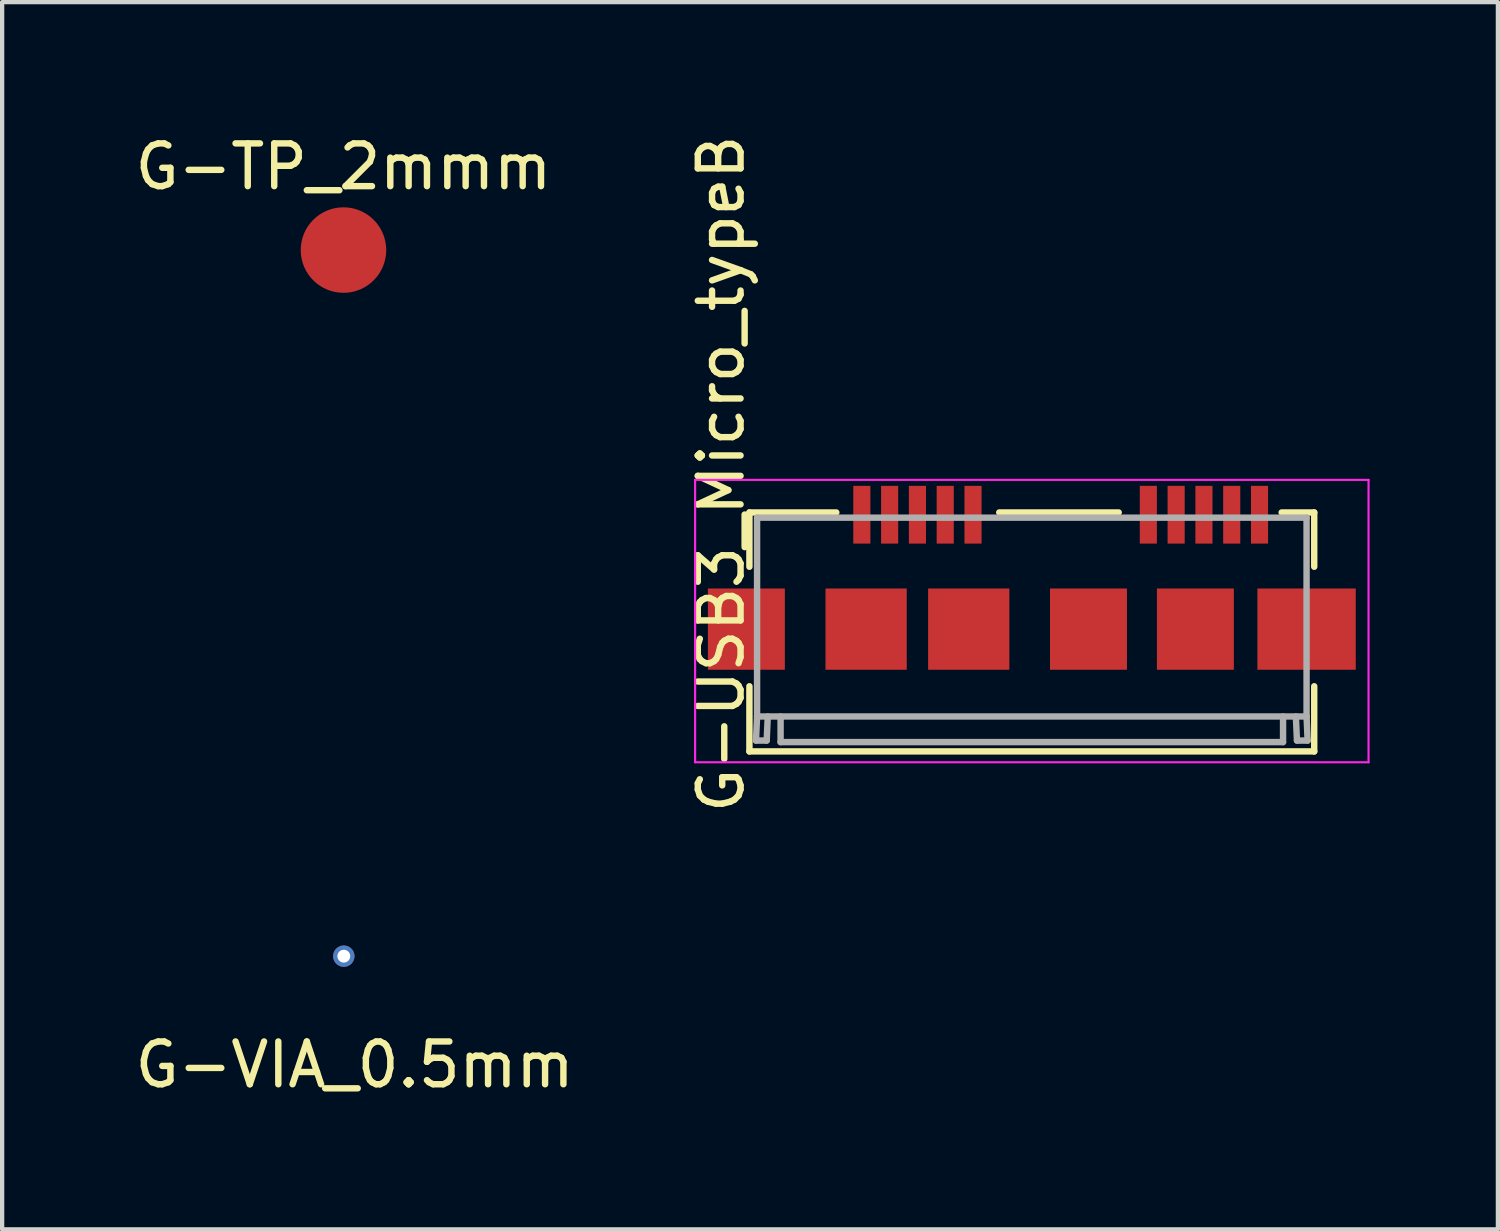
<source format=kicad_pcb>
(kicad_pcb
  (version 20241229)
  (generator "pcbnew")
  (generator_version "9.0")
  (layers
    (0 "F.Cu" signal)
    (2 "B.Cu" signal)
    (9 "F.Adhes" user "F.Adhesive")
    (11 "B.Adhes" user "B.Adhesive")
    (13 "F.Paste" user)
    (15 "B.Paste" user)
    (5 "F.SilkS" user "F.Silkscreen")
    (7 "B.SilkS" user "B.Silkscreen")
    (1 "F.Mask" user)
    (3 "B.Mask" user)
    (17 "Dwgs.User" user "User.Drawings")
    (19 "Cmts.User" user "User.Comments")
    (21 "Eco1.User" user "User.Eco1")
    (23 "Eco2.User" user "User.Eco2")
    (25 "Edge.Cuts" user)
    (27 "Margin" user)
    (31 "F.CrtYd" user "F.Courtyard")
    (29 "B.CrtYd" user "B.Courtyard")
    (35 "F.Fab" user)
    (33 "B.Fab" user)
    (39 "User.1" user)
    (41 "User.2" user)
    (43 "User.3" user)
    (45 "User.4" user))
  (footprint "G-TP_2mmm"
    (layer "F.Cu")
    (at 4.982 2.798)
    (property "Reference" "G-TP_2mmm" (at 0 -1.95 0) (layer "F.SilkS") (effects (font (size 1 1) (thickness 0.15))))
    (attr smd)
    (pad "1" smd circle (at 0 0) (size 2 2) (layers "F.Cu" "F.Mask")))
  (footprint "G-USB3_Micro_typeB"
    (layer "F.Cu")
    (at 21.079 10.712)
    (property "Reference" "G-USB3_Micro_typeB" (at -7.266 -2.682 90) (layer "F.SilkS") (effects (font (size 1 1) (thickness 0.15))))
    (attr through_hole)
    (fp_line (start -6.604 -1.778) (end -4.572 -1.778) (stroke (width 0.15) (type solid)) (layer "F.SilkS"))
    (fp_line (start -6.604 -0.508) (end -6.604 -1.778) (stroke (width 0.15) (type solid)) (layer "F.SilkS"))
    (fp_line (start -6.604 3.81) (end -6.604 2.286) (stroke (width 0.15) (type solid)) (layer "F.SilkS"))
    (fp_line (start -0.762 -1.778) (end 2.032 -1.778) (stroke (width 0.15) (type solid)) (layer "F.SilkS"))
    (fp_line (start 5.842 -1.778) (end 6.604 -1.778) (stroke (width 0.15) (type solid)) (layer "F.SilkS"))
    (fp_line (start 6.604 -1.778) (end 6.604 -0.508) (stroke (width 0.15) (type solid)) (layer "F.SilkS"))
    (fp_line (start 6.604 2.286) (end 6.604 3.81) (stroke (width 0.15) (type solid)) (layer "F.SilkS"))
    (fp_line (start 6.604 3.81) (end -6.604 3.81) (stroke (width 0.15) (type solid)) (layer "F.SilkS"))
    (fp_line (start -7.874 -2.54) (end -7.874 4.064) (stroke (width 0.05) (type solid)) (layer "F.CrtYd"))
    (fp_line (start -7.874 4.064) (end 7.874 4.064) (stroke (width 0.05) (type solid)) (layer "F.CrtYd"))
    (fp_line (start 7.874 -2.54) (end -7.874 -2.54) (stroke (width 0.05) (type solid)) (layer "F.CrtYd"))
    (fp_line (start 7.874 4.064) (end 7.874 -2.54) (stroke (width 0.05) (type solid)) (layer "F.CrtYd"))
    (fp_line (start -6.45 3.556) (end -6.2 3.556) (stroke (width 0.15) (type solid)) (layer "F.Fab"))
    (fp_line (start -6.425 -1.657) (end -6.425 2.993) (stroke (width 0.15) (type solid)) (layer "F.Fab"))
    (fp_line (start -6.425 2.993) (end -6.45 3.556) (stroke (width 0.15) (type solid)) (layer "F.Fab"))
    (fp_line (start -6.425 2.993) (end 6.425 2.993) (stroke (width 0.15) (type solid)) (layer "F.Fab"))
    (fp_line (start -6.2 3.556) (end -6.175 2.993) (stroke (width 0.15) (type solid)) (layer "F.Fab"))
    (fp_line (start -5.875 2.993) (end -5.875 3.592) (stroke (width 0.15) (type solid)) (layer "F.Fab"))
    (fp_line (start -5.875 3.592) (end 5.875 3.592) (stroke (width 0.15) (type solid)) (layer "F.Fab"))
    (fp_line (start 5.875 2.993) (end 5.875 3.592) (stroke (width 0.15) (type solid)) (layer "F.Fab"))
    (fp_line (start 6.2 3.556) (end 6.175 2.993) (stroke (width 0.15) (type solid)) (layer "F.Fab"))
    (fp_line (start 6.425 -1.657) (end -6.425 -1.657) (stroke (width 0.15) (type solid)) (layer "F.Fab"))
    (fp_line (start 6.425 -1.657) (end 6.425 2.993) (stroke (width 0.15) (type solid)) (layer "F.Fab"))
    (fp_line (start 6.425 2.993) (end 6.45 3.556) (stroke (width 0.15) (type solid)) (layer "F.Fab"))
    (fp_line (start 6.45 3.556) (end 6.2 3.556) (stroke (width 0.15) (type solid)) (layer "F.Fab"))
    (pad "1" smd rect (at -3.975 -1.725) (size 0.4 1.35) (layers "F.Cu" "F.Mask" "F.Paste"))
    (pad "2" smd rect (at -3.325 -1.725) (size 0.4 1.35) (layers "F.Cu" "F.Mask" "F.Paste"))
    (pad "3" smd rect (at -2.675 -1.725) (size 0.4 1.35) (layers "F.Cu" "F.Mask" "F.Paste"))
    (pad "4" smd rect (at -2.025 -1.725) (size 0.4 1.35) (layers "F.Cu" "F.Mask" "F.Paste"))
    (pad "5" smd rect (at -1.375 -1.725) (size 0.4 1.35) (layers "F.Cu" "F.Mask" "F.Paste"))
    (pad "6" smd rect (at 2.725 -1.725) (size 0.4 1.35) (layers "F.Cu" "F.Mask" "F.Paste"))
    (pad "7" smd rect (at 3.375 -1.725) (size 0.4 1.35) (layers "F.Cu" "F.Mask" "F.Paste"))
    (pad "8" smd rect (at 4.025 -1.725) (size 0.4 1.35) (layers "F.Cu" "F.Mask" "F.Paste"))
    (pad "9" smd rect (at 4.675 -1.725) (size 0.4 1.35) (layers "F.Cu" "F.Mask" "F.Paste"))
    (pad "10" smd rect (at 5.325 -1.725) (size 0.4 1.35) (layers "F.Cu" "F.Mask" "F.Paste"))
    (pad "11" smd rect (at -6.675 0.95) (size 1.8 1.9) (layers "F.Cu" "F.Mask" "F.Paste"))
    (pad "11" smd rect (at -3.875 0.95) (size 1.9 1.9) (layers "F.Cu" "F.Mask" "F.Paste"))
    (pad "11" smd rect (at -1.475 0.95) (size 1.9 1.9) (layers "F.Cu" "F.Mask" "F.Paste"))
    (pad "11" smd rect (at 1.325 0.95) (size 1.8 1.9) (layers "F.Cu" "F.Mask" "F.Paste"))
    (pad "11" smd rect (at 3.825 0.95) (size 1.8 1.9) (layers "F.Cu" "F.Mask" "F.Paste"))
    (pad "11" smd rect (at 6.425 0.95) (size 2.3 1.9) (layers "F.Cu" "F.Mask" "F.Paste")))
  (footprint "G-VIA_0.5mm"
    (layer "F.Cu")
    (at 4.99 19.31)
    (property "Reference" "G-VIA_0.5mm" (at 0.254 2.54 0) (layer "F.SilkS") (effects (font (size 1 1) (thickness 0.15))))
    (attr through_hole)
    (pad "1" thru_hole circle (at 0 0) (size 0.5 0.5) (drill 0.3) (layers "*.Cu")))
  (gr_rect
    (start -3 -3)
    (end 31.978 25.698)
    (stroke (width 0.1) (type default))
    (fill no)
    (layer "Edge.Cuts")))
</source>
